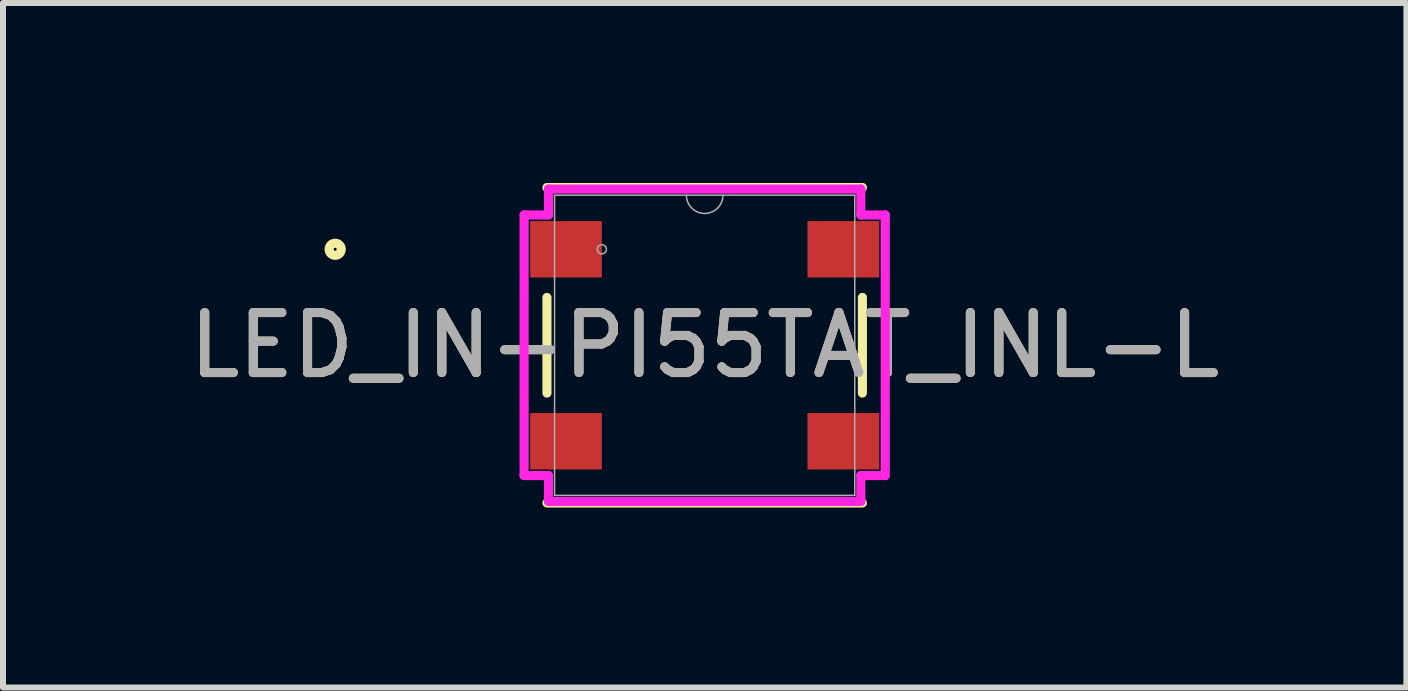
<source format=kicad_pcb>
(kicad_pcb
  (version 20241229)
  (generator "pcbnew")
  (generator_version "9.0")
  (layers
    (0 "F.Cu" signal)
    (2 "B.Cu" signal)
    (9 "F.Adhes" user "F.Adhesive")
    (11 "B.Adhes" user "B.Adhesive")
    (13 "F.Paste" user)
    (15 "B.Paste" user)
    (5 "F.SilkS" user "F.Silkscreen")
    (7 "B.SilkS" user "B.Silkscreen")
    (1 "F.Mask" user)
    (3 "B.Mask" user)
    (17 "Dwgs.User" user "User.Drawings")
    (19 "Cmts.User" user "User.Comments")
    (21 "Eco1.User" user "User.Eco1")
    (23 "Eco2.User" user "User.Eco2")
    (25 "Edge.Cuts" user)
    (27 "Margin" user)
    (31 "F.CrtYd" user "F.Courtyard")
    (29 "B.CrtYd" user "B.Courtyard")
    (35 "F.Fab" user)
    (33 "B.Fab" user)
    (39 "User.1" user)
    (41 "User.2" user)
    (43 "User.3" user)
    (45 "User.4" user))
  (footprint "LED_IN-PI55TAT_INL-L"
    (layer "F.Cu")
    (at 8.696 2.705)
    (property "Reference" "LED_IN-PI55TAT_INL-L" (at 0 0 0) (unlocked yes) (layer "F.SilkS") (effects (font (size 1 1) (thickness 0.15))))
    (attr smd)
    (fp_line (start -2.629 -0.797) (end -2.629 0.797) (stroke (width 0.152) (type solid)) (layer "F.SilkS"))
    (fp_line (start -2.629 2.629) (end 2.629 2.629) (stroke (width 0.152) (type solid)) (layer "F.SilkS"))
    (fp_line (start 2.629 -2.629) (end -2.629 -2.629) (stroke (width 0.152) (type solid)) (layer "F.SilkS"))
    (fp_line (start 2.629 0.797) (end 2.629 -0.797) (stroke (width 0.152) (type solid)) (layer "F.SilkS"))
    (fp_circle (center -6.159 -1.6) (end -6.058 -1.6) (stroke (width 0.152) (type solid)) (fill no) (layer "F.SilkS"))
    (fp_line (start -3.01 -2.172) (end -2.603 -2.172) (stroke (width 0.152) (type solid)) (layer "F.CrtYd"))
    (fp_line (start -3.01 2.172) (end -3.01 -2.172) (stroke (width 0.152) (type solid)) (layer "F.CrtYd"))
    (fp_line (start -3.01 2.172) (end -2.603 2.172) (stroke (width 0.152) (type solid)) (layer "F.CrtYd"))
    (fp_line (start -2.603 -2.603) (end 2.603 -2.603) (stroke (width 0.152) (type solid)) (layer "F.CrtYd"))
    (fp_line (start -2.603 -2.172) (end -2.603 -2.603) (stroke (width 0.152) (type solid)) (layer "F.CrtYd"))
    (fp_line (start -2.603 2.603) (end -2.603 2.172) (stroke (width 0.152) (type solid)) (layer "F.CrtYd"))
    (fp_line (start 2.603 -2.603) (end 2.603 -2.172) (stroke (width 0.152) (type solid)) (layer "F.CrtYd"))
    (fp_line (start 2.603 2.172) (end 2.603 2.603) (stroke (width 0.152) (type solid)) (layer "F.CrtYd"))
    (fp_line (start 2.603 2.603) (end -2.603 2.603) (stroke (width 0.152) (type solid)) (layer "F.CrtYd"))
    (fp_line (start 3.01 -2.172) (end 2.603 -2.172) (stroke (width 0.152) (type solid)) (layer "F.CrtYd"))
    (fp_line (start 3.01 -2.172) (end 3.01 2.172) (stroke (width 0.152) (type solid)) (layer "F.CrtYd"))
    (fp_line (start 3.01 2.172) (end 2.603 2.172) (stroke (width 0.152) (type solid)) (layer "F.CrtYd"))
    (fp_line (start -2.502 -2.502) (end -2.502 2.502) (stroke (width 0.025) (type solid)) (layer "F.Fab"))
    (fp_line (start -2.502 2.502) (end 2.502 2.502) (stroke (width 0.025) (type solid)) (layer "F.Fab"))
    (fp_line (start 2.502 -2.502) (end -2.502 -2.502) (stroke (width 0.025) (type solid)) (layer "F.Fab"))
    (fp_line (start 2.502 2.502) (end 2.502 -2.502) (stroke (width 0.025) (type solid)) (layer "F.Fab"))
    (fp_arc (start 0.3048 -2.5019) (mid 0 -2.1971) (end -0.3048 -2.5019) (stroke (width 0.0254) (type solid)) (layer "F.Fab"))
    (fp_circle (center -1.714 -1.6) (end -1.638 -1.6) (stroke (width 0.025) (type solid)) (fill no) (layer "F.Fab"))
    (fp_text user "${REFERENCE}" (at 0 0 0) (unlocked yes) (layer "F.Fab") (effects (font (size 1 1) (thickness 0.15))))
    (pad "1" smd rect (at -2.311 -1.6) (size 1.194 0.94) (layers "F.Cu" "F.Mask" "F.Paste"))
    (pad "2" smd rect (at 2.311 -1.6) (size 1.194 0.94) (layers "F.Cu" "F.Mask" "F.Paste"))
    (pad "3" smd rect (at -2.311 1.6) (size 1.194 0.94) (layers "F.Cu" "F.Mask" "F.Paste"))
    (pad "4" smd rect (at 2.311 1.6) (size 1.194 0.94) (layers "F.Cu" "F.Mask" "F.Paste")))
  (gr_rect
    (start -3 -3)
    (end 20.393 8.41)
    (stroke (width 0.1) (type default))
    (fill no)
    (layer "Edge.Cuts")))
</source>
